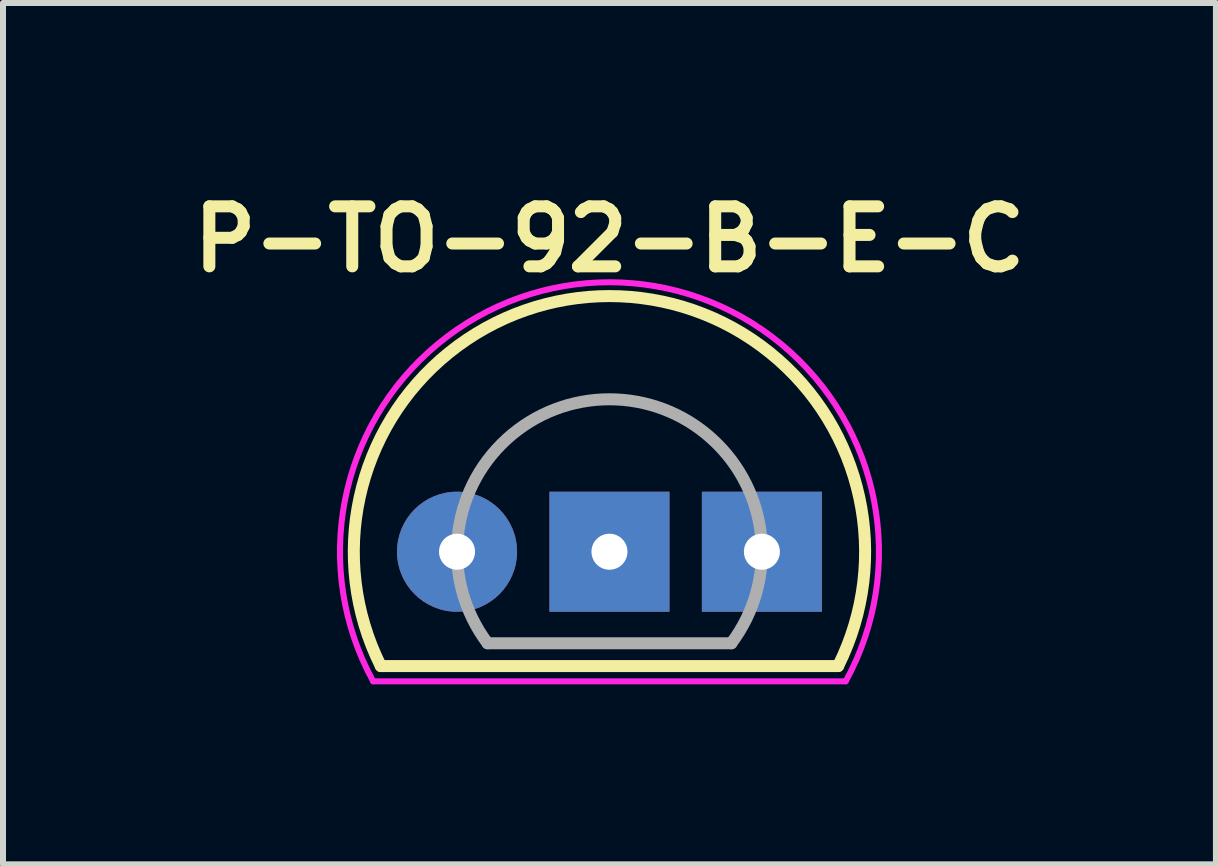
<source format=kicad_pcb>
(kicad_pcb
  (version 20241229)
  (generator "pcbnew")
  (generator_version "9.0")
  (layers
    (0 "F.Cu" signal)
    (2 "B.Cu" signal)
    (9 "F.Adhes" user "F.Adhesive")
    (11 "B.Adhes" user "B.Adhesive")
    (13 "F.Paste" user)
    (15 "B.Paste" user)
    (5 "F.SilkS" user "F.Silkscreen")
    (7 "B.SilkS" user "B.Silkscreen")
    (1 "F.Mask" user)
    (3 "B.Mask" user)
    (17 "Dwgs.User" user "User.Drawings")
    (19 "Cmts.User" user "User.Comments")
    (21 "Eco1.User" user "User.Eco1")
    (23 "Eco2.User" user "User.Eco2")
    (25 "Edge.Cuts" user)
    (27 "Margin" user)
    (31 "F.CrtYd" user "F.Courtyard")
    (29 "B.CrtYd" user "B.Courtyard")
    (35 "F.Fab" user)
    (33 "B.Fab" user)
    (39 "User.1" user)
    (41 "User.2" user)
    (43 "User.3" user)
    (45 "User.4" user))
  (footprint "P-TO-92-B-E-C"
    (layer "F.Cu")
    (at 7.105 6.143)
    (property "Reference" "P-TO-92-B-E-C" (at 0 -5.207 0) (layer "F.SilkS") (effects (font (size 1 1) (thickness 0.2))))
    (attr through_hole)
    (fp_line (start -3.81 1.905) (end 3.81 1.905) (stroke (width 0.2) (type solid)) (layer "F.SilkS"))
    (fp_arc (start -3.809999 1.905) (mid 0 -4.259709) (end 3.809999 1.904999) (stroke (width 0.2) (type solid)) (layer "F.SilkS"))
    (fp_line (start -3.937 2.159) (end 3.937 2.159) (stroke (width 0.1) (type solid)) (layer "F.CrtYd"))
    (fp_arc (start -3.936999 2.159) (mid 0 -4.490127) (end 3.936999 2.158999) (stroke (width 0.1) (type solid)) (layer "F.CrtYd"))
    (fp_line (start -2.031 1.525) (end 2.031 1.525) (stroke (width 0.2) (type solid)) (layer "F.Fab"))
    (fp_arc (start -2.03125 1.525) (mid 0.000084 -2.54) (end 2.031149 1.525135) (stroke (width 0.2) (type solid)) (layer "F.Fab"))
    (pad "B" thru_hole circle (at -2.54 0) (size 2 2) (drill 0.6) (layers "*.Cu" "*.Mask"))
    (pad "C" thru_hole rect (at 2.54 0) (size 2 2) (drill 0.6) (layers "*.Cu" "*.Mask"))
    (pad "E" thru_hole rect (at 0 0) (size 2 2) (drill 0.6) (layers "*.Cu" "*.Mask")))
  (gr_rect
    (start -3 -3)
    (end 17.21 11.352)
    (stroke (width 0.1) (type default))
    (fill no)
    (layer "Edge.Cuts")))
</source>
